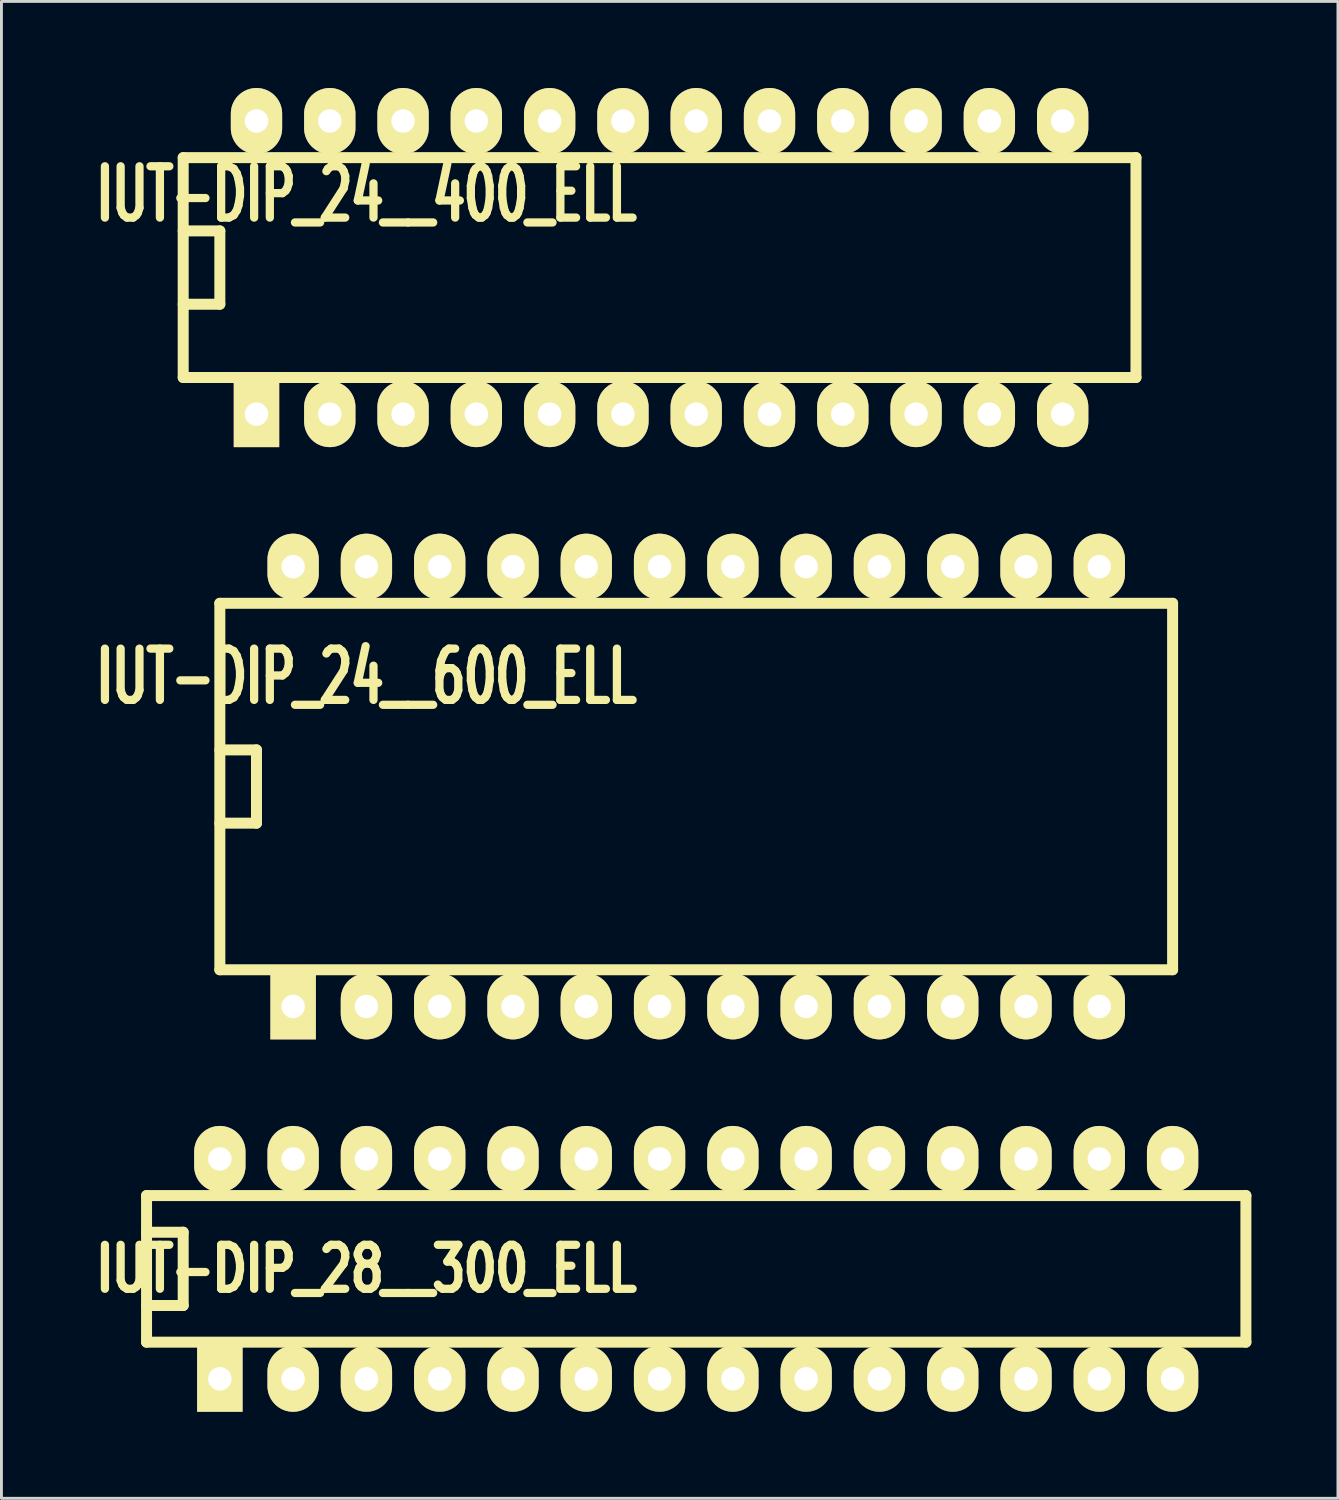
<source format=kicad_pcb>
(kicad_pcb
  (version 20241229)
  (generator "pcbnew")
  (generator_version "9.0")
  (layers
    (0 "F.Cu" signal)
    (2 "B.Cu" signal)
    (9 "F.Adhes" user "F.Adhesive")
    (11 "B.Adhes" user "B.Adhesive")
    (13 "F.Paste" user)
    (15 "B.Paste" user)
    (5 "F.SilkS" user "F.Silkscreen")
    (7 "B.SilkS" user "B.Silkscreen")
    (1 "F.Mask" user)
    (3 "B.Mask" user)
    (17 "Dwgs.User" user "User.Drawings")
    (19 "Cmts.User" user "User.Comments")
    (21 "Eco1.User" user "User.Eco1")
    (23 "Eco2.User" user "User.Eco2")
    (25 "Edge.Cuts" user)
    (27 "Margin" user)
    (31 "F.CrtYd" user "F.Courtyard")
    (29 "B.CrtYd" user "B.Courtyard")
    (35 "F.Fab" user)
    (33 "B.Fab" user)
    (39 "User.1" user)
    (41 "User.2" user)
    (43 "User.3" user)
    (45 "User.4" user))
  (footprint "IUT-DIP_24__600_ELL"
    (layer "F.Cu")
    (at 21.079 24.209)
    (property "Reference" "IUT-DIP_24__600_ELL" (at -11.43 -3.81 0) (layer "F.SilkS") (effects (font (size 1.778 1.143) (thickness 0.305))))
    (attr through_hole)
    (fp_line (start -16.51 -6.35) (end 16.51 -6.35) (stroke (width 0.381) (type solid)) (layer "F.SilkS"))
    (fp_line (start -16.51 -1.27) (end -15.24 -1.27) (stroke (width 0.381) (type solid)) (layer "F.SilkS"))
    (fp_line (start -16.51 6.35) (end -16.51 -6.35) (stroke (width 0.381) (type solid)) (layer "F.SilkS"))
    (fp_line (start -15.24 -1.27) (end -15.24 1.27) (stroke (width 0.381) (type solid)) (layer "F.SilkS"))
    (fp_line (start -15.24 1.27) (end -16.51 1.27) (stroke (width 0.381) (type solid)) (layer "F.SilkS"))
    (fp_line (start 16.51 -6.35) (end 16.51 6.35) (stroke (width 0.381) (type solid)) (layer "F.SilkS"))
    (fp_line (start 16.51 6.35) (end -16.51 6.35) (stroke (width 0.381) (type solid)) (layer "F.SilkS"))
    (pad "1" thru_hole rect (at -13.97 7.62) (size 1.575 2.286) (drill 0.813) (layers "*.Cu" "*.Mask" "F.SilkS"))
    (pad "2" thru_hole oval (at -11.43 7.62) (size 1.778 2.286) (drill 0.813) (layers "*.Cu" "*.Mask" "F.SilkS"))
    (pad "3" thru_hole oval (at -8.89 7.62) (size 1.778 2.286) (drill 0.813) (layers "*.Cu" "*.Mask" "F.SilkS"))
    (pad "4" thru_hole oval (at -6.35 7.62) (size 1.778 2.286) (drill 0.813) (layers "*.Cu" "*.Mask" "F.SilkS"))
    (pad "5" thru_hole oval (at -3.81 7.62) (size 1.778 2.286) (drill 0.813) (layers "*.Cu" "*.Mask" "F.SilkS"))
    (pad "6" thru_hole oval (at -1.27 7.62) (size 1.778 2.286) (drill 0.813) (layers "*.Cu" "*.Mask" "F.SilkS"))
    (pad "7" thru_hole oval (at 1.27 7.62) (size 1.778 2.286) (drill 0.813) (layers "*.Cu" "*.Mask" "F.SilkS"))
    (pad "8" thru_hole oval (at 3.81 7.62) (size 1.778 2.286) (drill 0.813) (layers "*.Cu" "*.Mask" "F.SilkS"))
    (pad "9" thru_hole oval (at 6.35 7.62) (size 1.778 2.286) (drill 0.813) (layers "*.Cu" "*.Mask" "F.SilkS"))
    (pad "10" thru_hole oval (at 8.89 7.62) (size 1.778 2.286) (drill 0.813) (layers "*.Cu" "*.Mask" "F.SilkS"))
    (pad "11" thru_hole oval (at 11.43 7.62) (size 1.778 2.286) (drill 0.813) (layers "*.Cu" "*.Mask" "F.SilkS"))
    (pad "12" thru_hole oval (at 13.97 7.62) (size 1.778 2.286) (drill 0.813) (layers "*.Cu" "*.Mask" "F.SilkS"))
    (pad "13" thru_hole oval (at 13.97 -7.62) (size 1.778 2.286) (drill 0.813) (layers "*.Cu" "*.Mask" "F.SilkS"))
    (pad "14" thru_hole oval (at 11.43 -7.62) (size 1.778 2.286) (drill 0.813) (layers "*.Cu" "*.Mask" "F.SilkS"))
    (pad "15" thru_hole oval (at 8.89 -7.62) (size 1.778 2.286) (drill 0.813) (layers "*.Cu" "*.Mask" "F.SilkS"))
    (pad "16" thru_hole oval (at 6.35 -7.62) (size 1.778 2.286) (drill 0.813) (layers "*.Cu" "*.Mask" "F.SilkS"))
    (pad "17" thru_hole oval (at 3.81 -7.62) (size 1.778 2.286) (drill 0.813) (layers "*.Cu" "*.Mask" "F.SilkS"))
    (pad "18" thru_hole oval (at 1.27 -7.62) (size 1.778 2.286) (drill 0.813) (layers "*.Cu" "*.Mask" "F.SilkS"))
    (pad "19" thru_hole oval (at -1.27 -7.62) (size 1.778 2.286) (drill 0.813) (layers "*.Cu" "*.Mask" "F.SilkS"))
    (pad "20" thru_hole oval (at -3.81 -7.62) (size 1.778 2.286) (drill 0.813) (layers "*.Cu" "*.Mask" "F.SilkS"))
    (pad "21" thru_hole oval (at -6.35 -7.62) (size 1.778 2.286) (drill 0.813) (layers "*.Cu" "*.Mask" "F.SilkS"))
    (pad "22" thru_hole oval (at -8.89 -7.62) (size 1.778 2.286) (drill 0.813) (layers "*.Cu" "*.Mask" "F.SilkS"))
    (pad "23" thru_hole oval (at -11.43 -7.62) (size 1.778 2.286) (drill 0.813) (layers "*.Cu" "*.Mask" "F.SilkS"))
    (pad "24" thru_hole oval (at -13.97 -7.62) (size 1.778 2.286) (drill 0.813) (layers "*.Cu" "*.Mask" "F.SilkS")))
  (footprint "IUT-DIP_28__300_ELL"
    (layer "F.Cu")
    (at 21.079 40.925)
    (property "Reference" "IUT-DIP_28__300_ELL" (at -11.43 0 0) (layer "F.SilkS") (effects (font (size 1.524 1.143) (thickness 0.305))))
    (attr through_hole)
    (fp_line (start -19.05 -2.54) (end 19.05 -2.54) (stroke (width 0.381) (type solid)) (layer "F.SilkS"))
    (fp_line (start -19.05 -1.27) (end -17.78 -1.27) (stroke (width 0.381) (type solid)) (layer "F.SilkS"))
    (fp_line (start -19.05 2.54) (end -19.05 -2.54) (stroke (width 0.381) (type solid)) (layer "F.SilkS"))
    (fp_line (start -17.78 -1.27) (end -17.78 1.27) (stroke (width 0.381) (type solid)) (layer "F.SilkS"))
    (fp_line (start -17.78 1.27) (end -19.05 1.27) (stroke (width 0.381) (type solid)) (layer "F.SilkS"))
    (fp_line (start 19.05 -2.54) (end 19.05 2.54) (stroke (width 0.381) (type solid)) (layer "F.SilkS"))
    (fp_line (start 19.05 2.54) (end -19.05 2.54) (stroke (width 0.381) (type solid)) (layer "F.SilkS"))
    (pad "1" thru_hole rect (at -16.51 3.81) (size 1.575 2.286) (drill 0.813) (layers "*.Cu" "*.Mask" "F.SilkS"))
    (pad "2" thru_hole oval (at -13.97 3.81) (size 1.778 2.286) (drill 0.813) (layers "*.Cu" "*.Mask" "F.SilkS"))
    (pad "3" thru_hole oval (at -11.43 3.81) (size 1.778 2.286) (drill 0.813) (layers "*.Cu" "*.Mask" "F.SilkS"))
    (pad "4" thru_hole oval (at -8.89 3.81) (size 1.778 2.286) (drill 0.813) (layers "*.Cu" "*.Mask" "F.SilkS"))
    (pad "5" thru_hole oval (at -6.35 3.81) (size 1.778 2.286) (drill 0.813) (layers "*.Cu" "*.Mask" "F.SilkS"))
    (pad "6" thru_hole oval (at -3.81 3.81) (size 1.778 2.286) (drill 0.813) (layers "*.Cu" "*.Mask" "F.SilkS"))
    (pad "7" thru_hole oval (at -1.27 3.81) (size 1.778 2.286) (drill 0.813) (layers "*.Cu" "*.Mask" "F.SilkS"))
    (pad "8" thru_hole oval (at 1.27 3.81) (size 1.778 2.286) (drill 0.813) (layers "*.Cu" "*.Mask" "F.SilkS"))
    (pad "9" thru_hole oval (at 3.81 3.81) (size 1.778 2.286) (drill 0.813) (layers "*.Cu" "*.Mask" "F.SilkS"))
    (pad "10" thru_hole oval (at 6.35 3.81) (size 1.778 2.286) (drill 0.813) (layers "*.Cu" "*.Mask" "F.SilkS"))
    (pad "11" thru_hole oval (at 8.89 3.81) (size 1.778 2.286) (drill 0.813) (layers "*.Cu" "*.Mask" "F.SilkS"))
    (pad "12" thru_hole oval (at 11.43 3.81) (size 1.778 2.286) (drill 0.813) (layers "*.Cu" "*.Mask" "F.SilkS"))
    (pad "13" thru_hole oval (at 13.97 3.81) (size 1.778 2.286) (drill 0.813) (layers "*.Cu" "*.Mask" "F.SilkS"))
    (pad "14" thru_hole oval (at 16.51 3.81) (size 1.778 2.286) (drill 0.813) (layers "*.Cu" "*.Mask" "F.SilkS"))
    (pad "15" thru_hole oval (at 16.51 -3.81) (size 1.778 2.286) (drill 0.813) (layers "*.Cu" "*.Mask" "F.SilkS"))
    (pad "16" thru_hole oval (at 13.97 -3.81) (size 1.778 2.286) (drill 0.813) (layers "*.Cu" "*.Mask" "F.SilkS"))
    (pad "17" thru_hole oval (at 11.43 -3.81) (size 1.778 2.286) (drill 0.813) (layers "*.Cu" "*.Mask" "F.SilkS"))
    (pad "18" thru_hole oval (at 8.89 -3.81) (size 1.778 2.286) (drill 0.813) (layers "*.Cu" "*.Mask" "F.SilkS"))
    (pad "19" thru_hole oval (at 6.35 -3.81) (size 1.778 2.286) (drill 0.813) (layers "*.Cu" "*.Mask" "F.SilkS"))
    (pad "20" thru_hole oval (at 3.81 -3.81) (size 1.778 2.286) (drill 0.813) (layers "*.Cu" "*.Mask" "F.SilkS"))
    (pad "21" thru_hole oval (at 1.27 -3.81) (size 1.778 2.286) (drill 0.813) (layers "*.Cu" "*.Mask" "F.SilkS"))
    (pad "22" thru_hole oval (at -1.27 -3.81) (size 1.778 2.286) (drill 0.813) (layers "*.Cu" "*.Mask" "F.SilkS"))
    (pad "23" thru_hole oval (at -3.81 -3.81) (size 1.778 2.286) (drill 0.813) (layers "*.Cu" "*.Mask" "F.SilkS"))
    (pad "24" thru_hole oval (at -6.35 -3.81) (size 1.778 2.286) (drill 0.813) (layers "*.Cu" "*.Mask" "F.SilkS"))
    (pad "25" thru_hole oval (at -8.89 -3.81) (size 1.778 2.286) (drill 0.813) (layers "*.Cu" "*.Mask" "F.SilkS"))
    (pad "26" thru_hole oval (at -11.43 -3.81) (size 1.778 2.286) (drill 0.813) (layers "*.Cu" "*.Mask" "F.SilkS"))
    (pad "27" thru_hole oval (at -13.97 -3.81) (size 1.778 2.286) (drill 0.813) (layers "*.Cu" "*.Mask" "F.SilkS"))
    (pad "28" thru_hole oval (at -16.51 -3.81) (size 1.778 2.286) (drill 0.813) (layers "*.Cu" "*.Mask" "F.SilkS")))
  (footprint "IUT-DIP_24__400_ELL"
    (layer "F.Cu")
    (at 19.809 6.223)
    (property "Reference" "IUT-DIP_24__400_ELL" (at -10.16 -2.54 0) (layer "F.SilkS") (effects (font (size 1.778 1.143) (thickness 0.305))))
    (attr through_hole)
    (fp_line (start -16.51 -3.81) (end 16.51 -3.81) (stroke (width 0.381) (type solid)) (layer "F.SilkS"))
    (fp_line (start -16.51 -1.27) (end -15.24 -1.27) (stroke (width 0.381) (type solid)) (layer "F.SilkS"))
    (fp_line (start -16.51 3.81) (end -16.51 -3.81) (stroke (width 0.381) (type solid)) (layer "F.SilkS"))
    (fp_line (start -15.24 -1.27) (end -15.24 1.27) (stroke (width 0.381) (type solid)) (layer "F.SilkS"))
    (fp_line (start -15.24 1.27) (end -16.51 1.27) (stroke (width 0.381) (type solid)) (layer "F.SilkS"))
    (fp_line (start 16.51 -3.81) (end 16.51 3.81) (stroke (width 0.381) (type solid)) (layer "F.SilkS"))
    (fp_line (start 16.51 3.81) (end -16.51 3.81) (stroke (width 0.381) (type solid)) (layer "F.SilkS"))
    (pad "1" thru_hole rect (at -13.97 5.08) (size 1.575 2.286) (drill 0.813) (layers "*.Cu" "*.Mask" "F.SilkS"))
    (pad "2" thru_hole oval (at -11.43 5.08) (size 1.778 2.286) (drill 0.813) (layers "*.Cu" "*.Mask" "F.SilkS"))
    (pad "3" thru_hole oval (at -8.89 5.08) (size 1.778 2.286) (drill 0.813) (layers "*.Cu" "*.Mask" "F.SilkS"))
    (pad "4" thru_hole oval (at -6.35 5.08) (size 1.778 2.286) (drill 0.813) (layers "*.Cu" "*.Mask" "F.SilkS"))
    (pad "5" thru_hole oval (at -3.81 5.08) (size 1.778 2.286) (drill 0.813) (layers "*.Cu" "*.Mask" "F.SilkS"))
    (pad "6" thru_hole oval (at -1.27 5.08) (size 1.778 2.286) (drill 0.813) (layers "*.Cu" "*.Mask" "F.SilkS"))
    (pad "7" thru_hole oval (at 1.27 5.08) (size 1.778 2.286) (drill 0.813) (layers "*.Cu" "*.Mask" "F.SilkS"))
    (pad "8" thru_hole oval (at 3.81 5.08) (size 1.778 2.286) (drill 0.813) (layers "*.Cu" "*.Mask" "F.SilkS"))
    (pad "9" thru_hole oval (at 6.35 5.08) (size 1.778 2.286) (drill 0.813) (layers "*.Cu" "*.Mask" "F.SilkS"))
    (pad "10" thru_hole oval (at 8.89 5.08) (size 1.778 2.286) (drill 0.813) (layers "*.Cu" "*.Mask" "F.SilkS"))
    (pad "11" thru_hole oval (at 11.43 5.08) (size 1.778 2.286) (drill 0.813) (layers "*.Cu" "*.Mask" "F.SilkS"))
    (pad "12" thru_hole oval (at 13.97 5.08) (size 1.778 2.286) (drill 0.813) (layers "*.Cu" "*.Mask" "F.SilkS"))
    (pad "13" thru_hole oval (at 13.97 -5.08) (size 1.778 2.286) (drill 0.813) (layers "*.Cu" "*.Mask" "F.SilkS"))
    (pad "14" thru_hole oval (at 11.43 -5.08) (size 1.778 2.286) (drill 0.813) (layers "*.Cu" "*.Mask" "F.SilkS"))
    (pad "15" thru_hole oval (at 8.89 -5.08) (size 1.778 2.286) (drill 0.813) (layers "*.Cu" "*.Mask" "F.SilkS"))
    (pad "16" thru_hole oval (at 6.35 -5.08) (size 1.778 2.286) (drill 0.813) (layers "*.Cu" "*.Mask" "F.SilkS"))
    (pad "17" thru_hole oval (at 3.81 -5.08) (size 1.778 2.286) (drill 0.813) (layers "*.Cu" "*.Mask" "F.SilkS"))
    (pad "18" thru_hole oval (at 1.27 -5.08) (size 1.778 2.286) (drill 0.813) (layers "*.Cu" "*.Mask" "F.SilkS"))
    (pad "19" thru_hole oval (at -1.27 -5.08) (size 1.778 2.286) (drill 0.813) (layers "*.Cu" "*.Mask" "F.SilkS"))
    (pad "20" thru_hole oval (at -3.81 -5.08) (size 1.778 2.286) (drill 0.813) (layers "*.Cu" "*.Mask" "F.SilkS"))
    (pad "21" thru_hole oval (at -6.35 -5.08) (size 1.778 2.286) (drill 0.813) (layers "*.Cu" "*.Mask" "F.SilkS"))
    (pad "22" thru_hole oval (at -8.89 -5.08) (size 1.778 2.286) (drill 0.813) (layers "*.Cu" "*.Mask" "F.SilkS"))
    (pad "23" thru_hole oval (at -11.43 -5.08) (size 1.778 2.286) (drill 0.813) (layers "*.Cu" "*.Mask" "F.SilkS"))
    (pad "24" thru_hole oval (at -13.97 -5.08) (size 1.778 2.286) (drill 0.813) (layers "*.Cu" "*.Mask" "F.SilkS")))
  (gr_rect
    (start -3 -3)
    (end 43.319 48.878)
    (stroke (width 0.1) (type default))
    (fill no)
    (layer "Edge.Cuts")))
</source>
